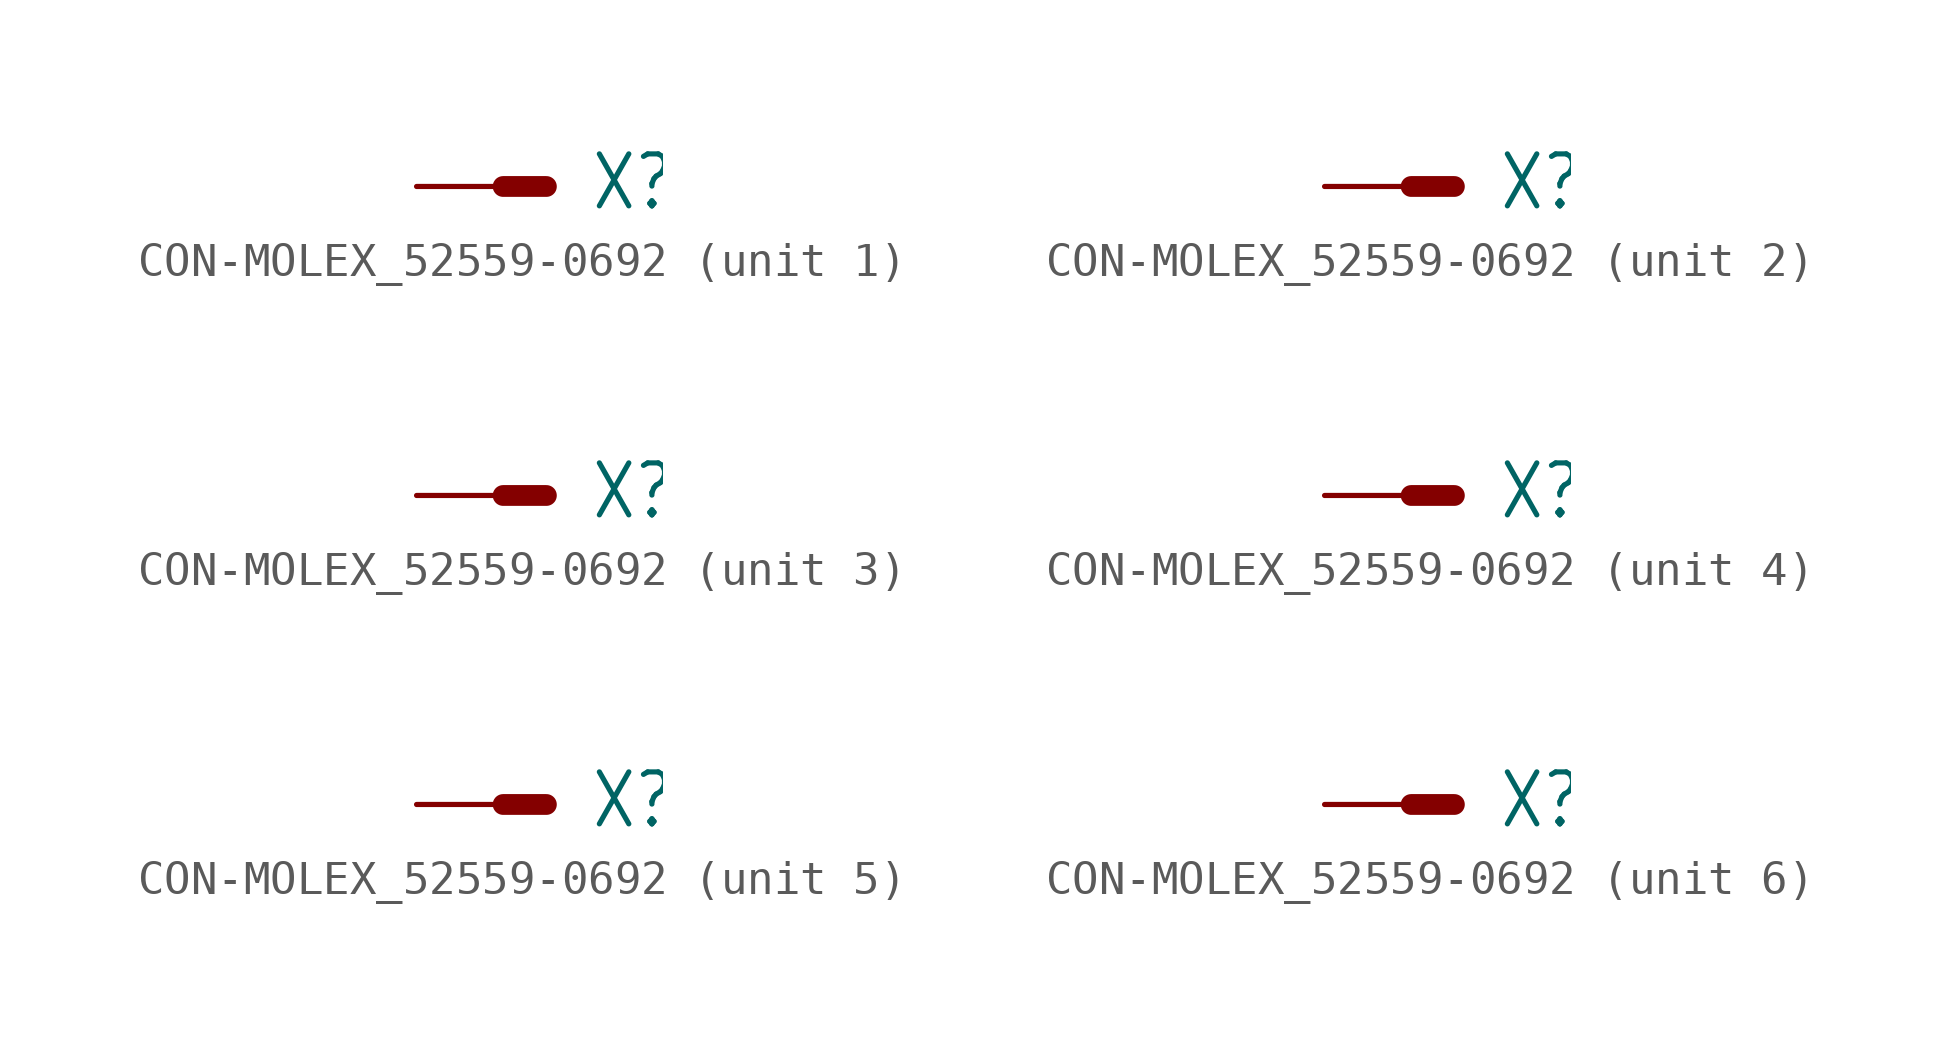
<source format=kicad_sym>
(kicad_symbol_lib
  (version 20241209)
  (generator "kicad_symbol_editor")
  (generator_version "9.0")
  (symbol "CON-MOLEX_52559-0692"
    (property "Reference" "X"
      (at 2.54 -0.762 0)
      (effects (font (size 1.524 1.295)) (justify left bottom)))
    (property "ki_locked" ""
      (at 0 0 0)
      (effects (font (size 1.27 1.27))))
    (symbol "CON-MOLEX_52559-0692_1_0"
      (polyline (pts (xy 1.27 0) (xy 0 0)) (stroke (width 0.61) (type solid)) (fill (type none)))
      (pin passive line (at -2.54 0 0) (length 2.54) (name "S" (effects (font (size 0 0)))) (number "1" (effects (font (size 0 0))))))
    (symbol "CON-MOLEX_52559-0692_2_0"
      (polyline (pts (xy 1.27 0) (xy 0 0)) (stroke (width 0.61) (type solid)) (fill (type none)))
      (pin passive line (at -2.54 0 0) (length 2.54) (name "S" (effects (font (size 0 0)))) (number "2" (effects (font (size 0 0))))))
    (symbol "CON-MOLEX_52559-0692_3_0"
      (polyline (pts (xy 1.27 0) (xy 0 0)) (stroke (width 0.61) (type solid)) (fill (type none)))
      (pin passive line (at -2.54 0 0) (length 2.54) (name "S" (effects (font (size 0 0)))) (number "3" (effects (font (size 0 0))))))
    (symbol "CON-MOLEX_52559-0692_4_0"
      (polyline (pts (xy 1.27 0) (xy 0 0)) (stroke (width 0.61) (type solid)) (fill (type none)))
      (pin passive line (at -2.54 0 0) (length 2.54) (name "S" (effects (font (size 0 0)))) (number "4" (effects (font (size 0 0))))))
    (symbol "CON-MOLEX_52559-0692_5_0"
      (polyline (pts (xy 1.27 0) (xy 0 0)) (stroke (width 0.61) (type solid)) (fill (type none)))
      (pin passive line (at -2.54 0 0) (length 2.54) (name "S" (effects (font (size 0 0)))) (number "5" (effects (font (size 0 0))))))
    (symbol "CON-MOLEX_52559-0692_6_0"
      (polyline (pts (xy 1.27 0) (xy 0 0)) (stroke (width 0.61) (type solid)) (fill (type none)))
      (pin passive line (at -2.54 0 0) (length 2.54) (name "S" (effects (font (size 0 0)))) (number "6" (effects (font (size 0 0))))))))
</source>
